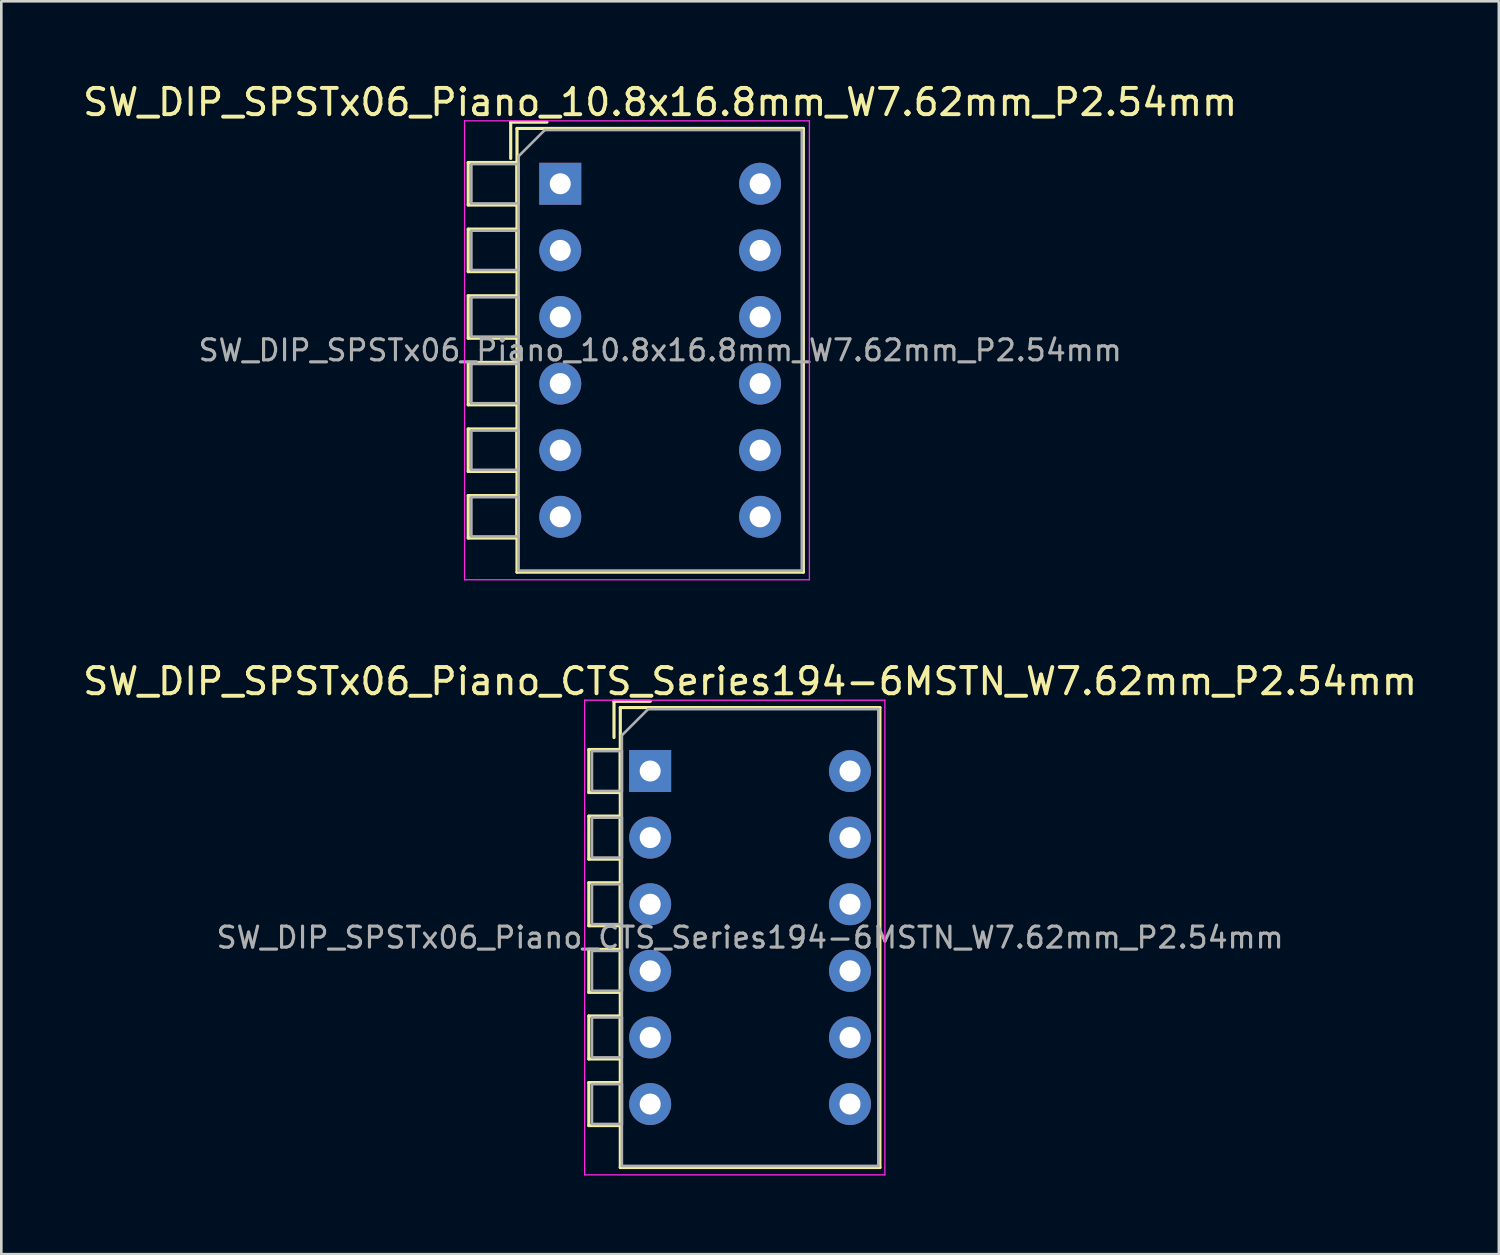
<source format=kicad_pcb>
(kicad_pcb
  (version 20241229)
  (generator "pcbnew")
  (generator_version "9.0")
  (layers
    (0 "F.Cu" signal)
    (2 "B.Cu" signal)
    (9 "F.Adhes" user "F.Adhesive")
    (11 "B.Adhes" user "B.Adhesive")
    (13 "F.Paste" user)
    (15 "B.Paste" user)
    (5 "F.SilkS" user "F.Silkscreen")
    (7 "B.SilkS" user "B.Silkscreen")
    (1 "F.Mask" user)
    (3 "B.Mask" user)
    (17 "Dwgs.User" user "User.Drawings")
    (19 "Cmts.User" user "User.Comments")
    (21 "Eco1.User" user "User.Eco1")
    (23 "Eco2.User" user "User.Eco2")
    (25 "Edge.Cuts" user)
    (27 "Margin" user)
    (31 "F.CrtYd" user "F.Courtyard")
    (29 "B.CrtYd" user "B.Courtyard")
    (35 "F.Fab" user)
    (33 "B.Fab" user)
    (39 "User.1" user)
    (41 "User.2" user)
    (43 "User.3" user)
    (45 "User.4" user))
  (footprint "SW_DIP_SPSTx06_Piano_CTS_Series194-6MSTN_W7.62mm_P2.54mm"
    (layer "F.Cu")
    (at 21.744 26.352)
    (property "Reference" "SW_DIP_SPSTx06_Piano_CTS_Series194-6MSTN_W7.62mm_P2.54mm" (at 3.81 -3.42 0) (layer "F.SilkS") (effects (font (size 1 1) (thickness 0.15))))
    (attr through_hole)
    (fp_line (start -2.34 -0.82) (end -2.34 0.82) (stroke (width 0.12) (type solid)) (layer "F.SilkS"))
    (fp_line (start -2.34 -0.82) (end -1.14 -0.82) (stroke (width 0.12) (type solid)) (layer "F.SilkS"))
    (fp_line (start -2.34 0.82) (end -1.14 0.82) (stroke (width 0.12) (type solid)) (layer "F.SilkS"))
    (fp_line (start -2.34 1.72) (end -2.34 3.361) (stroke (width 0.12) (type solid)) (layer "F.SilkS"))
    (fp_line (start -2.34 1.72) (end -1.14 1.72) (stroke (width 0.12) (type solid)) (layer "F.SilkS"))
    (fp_line (start -2.34 3.361) (end -1.14 3.361) (stroke (width 0.12) (type solid)) (layer "F.SilkS"))
    (fp_line (start -2.34 4.261) (end -2.34 5.9) (stroke (width 0.12) (type solid)) (layer "F.SilkS"))
    (fp_line (start -2.34 4.261) (end -1.14 4.261) (stroke (width 0.12) (type solid)) (layer "F.SilkS"))
    (fp_line (start -2.34 5.9) (end -1.14 5.9) (stroke (width 0.12) (type solid)) (layer "F.SilkS"))
    (fp_line (start -2.34 6.801) (end -2.34 8.441) (stroke (width 0.12) (type solid)) (layer "F.SilkS"))
    (fp_line (start -2.34 6.801) (end -1.14 6.801) (stroke (width 0.12) (type solid)) (layer "F.SilkS"))
    (fp_line (start -2.34 8.441) (end -1.14 8.441) (stroke (width 0.12) (type solid)) (layer "F.SilkS"))
    (fp_line (start -2.34 9.34) (end -2.34 10.98) (stroke (width 0.12) (type solid)) (layer "F.SilkS"))
    (fp_line (start -2.34 9.34) (end -1.14 9.34) (stroke (width 0.12) (type solid)) (layer "F.SilkS"))
    (fp_line (start -2.34 10.98) (end -1.14 10.98) (stroke (width 0.12) (type solid)) (layer "F.SilkS"))
    (fp_line (start -2.34 11.88) (end -2.34 13.52) (stroke (width 0.12) (type solid)) (layer "F.SilkS"))
    (fp_line (start -2.34 11.88) (end -1.14 11.88) (stroke (width 0.12) (type solid)) (layer "F.SilkS"))
    (fp_line (start -2.34 13.52) (end -1.14 13.52) (stroke (width 0.12) (type solid)) (layer "F.SilkS"))
    (fp_line (start -1.38 -2.66) (end -1.38 -1.277) (stroke (width 0.12) (type solid)) (layer "F.SilkS"))
    (fp_line (start -1.38 -2.66) (end 0.004 -2.66) (stroke (width 0.12) (type solid)) (layer "F.SilkS"))
    (fp_line (start -1.14 -2.42) (end -1.14 15.12) (stroke (width 0.12) (type solid)) (layer "F.SilkS"))
    (fp_line (start -1.14 -2.42) (end 8.76 -2.42) (stroke (width 0.12) (type solid)) (layer "F.SilkS"))
    (fp_line (start -1.14 -0.82) (end -1.14 0.82) (stroke (width 0.12) (type solid)) (layer "F.SilkS"))
    (fp_line (start -1.14 1.72) (end -1.14 3.361) (stroke (width 0.12) (type solid)) (layer "F.SilkS"))
    (fp_line (start -1.14 4.261) (end -1.14 5.9) (stroke (width 0.12) (type solid)) (layer "F.SilkS"))
    (fp_line (start -1.14 6.801) (end -1.14 8.441) (stroke (width 0.12) (type solid)) (layer "F.SilkS"))
    (fp_line (start -1.14 9.34) (end -1.14 10.98) (stroke (width 0.12) (type solid)) (layer "F.SilkS"))
    (fp_line (start -1.14 11.88) (end -1.14 13.52) (stroke (width 0.12) (type solid)) (layer "F.SilkS"))
    (fp_line (start -1.14 15.12) (end 8.76 15.12) (stroke (width 0.12) (type solid)) (layer "F.SilkS"))
    (fp_line (start 8.76 -2.42) (end 8.76 15.12) (stroke (width 0.12) (type solid)) (layer "F.SilkS"))
    (fp_line (start -2.5 -2.7) (end -2.5 15.4) (stroke (width 0.05) (type solid)) (layer "F.CrtYd"))
    (fp_line (start -2.5 15.4) (end 8.95 15.4) (stroke (width 0.05) (type solid)) (layer "F.CrtYd"))
    (fp_line (start 8.95 -2.7) (end -2.5 -2.7) (stroke (width 0.05) (type solid)) (layer "F.CrtYd"))
    (fp_line (start 8.95 15.4) (end 8.95 -2.7) (stroke (width 0.05) (type solid)) (layer "F.CrtYd"))
    (fp_line (start -2.22 -0.76) (end -1.08 -0.76) (stroke (width 0.1) (type solid)) (layer "F.Fab"))
    (fp_line (start -2.22 0.76) (end -2.22 -0.76) (stroke (width 0.1) (type solid)) (layer "F.Fab"))
    (fp_line (start -2.22 1.78) (end -1.08 1.78) (stroke (width 0.1) (type solid)) (layer "F.Fab"))
    (fp_line (start -2.22 3.3) (end -2.22 1.78) (stroke (width 0.1) (type solid)) (layer "F.Fab"))
    (fp_line (start -2.22 4.32) (end -1.08 4.32) (stroke (width 0.1) (type solid)) (layer "F.Fab"))
    (fp_line (start -2.22 5.84) (end -2.22 4.32) (stroke (width 0.1) (type solid)) (layer "F.Fab"))
    (fp_line (start -2.22 6.86) (end -1.08 6.86) (stroke (width 0.1) (type solid)) (layer "F.Fab"))
    (fp_line (start -2.22 8.38) (end -2.22 6.86) (stroke (width 0.1) (type solid)) (layer "F.Fab"))
    (fp_line (start -2.22 9.4) (end -1.08 9.4) (stroke (width 0.1) (type solid)) (layer "F.Fab"))
    (fp_line (start -2.22 10.92) (end -2.22 9.4) (stroke (width 0.1) (type solid)) (layer "F.Fab"))
    (fp_line (start -2.22 11.94) (end -1.08 11.94) (stroke (width 0.1) (type solid)) (layer "F.Fab"))
    (fp_line (start -2.22 13.46) (end -2.22 11.94) (stroke (width 0.1) (type solid)) (layer "F.Fab"))
    (fp_line (start -1.08 -1.36) (end -0.08 -2.36) (stroke (width 0.1) (type solid)) (layer "F.Fab"))
    (fp_line (start -1.08 -0.76) (end -1.08 0.76) (stroke (width 0.1) (type solid)) (layer "F.Fab"))
    (fp_line (start -1.08 0.76) (end -2.22 0.76) (stroke (width 0.1) (type solid)) (layer "F.Fab"))
    (fp_line (start -1.08 1.78) (end -1.08 3.3) (stroke (width 0.1) (type solid)) (layer "F.Fab"))
    (fp_line (start -1.08 3.3) (end -2.22 3.3) (stroke (width 0.1) (type solid)) (layer "F.Fab"))
    (fp_line (start -1.08 4.32) (end -1.08 5.84) (stroke (width 0.1) (type solid)) (layer "F.Fab"))
    (fp_line (start -1.08 5.84) (end -2.22 5.84) (stroke (width 0.1) (type solid)) (layer "F.Fab"))
    (fp_line (start -1.08 6.86) (end -1.08 8.38) (stroke (width 0.1) (type solid)) (layer "F.Fab"))
    (fp_line (start -1.08 8.38) (end -2.22 8.38) (stroke (width 0.1) (type solid)) (layer "F.Fab"))
    (fp_line (start -1.08 9.4) (end -1.08 10.92) (stroke (width 0.1) (type solid)) (layer "F.Fab"))
    (fp_line (start -1.08 10.92) (end -2.22 10.92) (stroke (width 0.1) (type solid)) (layer "F.Fab"))
    (fp_line (start -1.08 11.94) (end -1.08 13.46) (stroke (width 0.1) (type solid)) (layer "F.Fab"))
    (fp_line (start -1.08 13.46) (end -2.22 13.46) (stroke (width 0.1) (type solid)) (layer "F.Fab"))
    (fp_line (start -1.08 15.06) (end -1.08 -1.36) (stroke (width 0.1) (type solid)) (layer "F.Fab"))
    (fp_line (start -0.08 -2.36) (end 8.7 -2.36) (stroke (width 0.1) (type solid)) (layer "F.Fab"))
    (fp_line (start 8.7 -2.36) (end 8.7 15.06) (stroke (width 0.1) (type solid)) (layer "F.Fab"))
    (fp_line (start 8.7 15.06) (end -1.08 15.06) (stroke (width 0.1) (type solid)) (layer "F.Fab"))
    (fp_text user "${REFERENCE}" (at 3.81 6.35 0) (layer "F.Fab") (effects (font (size 0.8 0.8) (thickness 0.12))))
    (pad "1" thru_hole rect (at 0 0) (size 1.6 1.6) (drill 0.8) (layers "*.Cu" "*.Mask"))
    (pad "2" thru_hole oval (at 0 2.54) (size 1.6 1.6) (drill 0.8) (layers "*.Cu" "*.Mask"))
    (pad "3" thru_hole oval (at 0 5.08) (size 1.6 1.6) (drill 0.8) (layers "*.Cu" "*.Mask"))
    (pad "4" thru_hole oval (at 0 7.62) (size 1.6 1.6) (drill 0.8) (layers "*.Cu" "*.Mask"))
    (pad "5" thru_hole oval (at 0 10.16) (size 1.6 1.6) (drill 0.8) (layers "*.Cu" "*.Mask"))
    (pad "6" thru_hole oval (at 0 12.7) (size 1.6 1.6) (drill 0.8) (layers "*.Cu" "*.Mask"))
    (pad "7" thru_hole oval (at 7.62 12.7) (size 1.6 1.6) (drill 0.8) (layers "*.Cu" "*.Mask"))
    (pad "8" thru_hole oval (at 7.62 10.16) (size 1.6 1.6) (drill 0.8) (layers "*.Cu" "*.Mask"))
    (pad "9" thru_hole oval (at 7.62 7.62) (size 1.6 1.6) (drill 0.8) (layers "*.Cu" "*.Mask"))
    (pad "10" thru_hole oval (at 7.62 5.08) (size 1.6 1.6) (drill 0.8) (layers "*.Cu" "*.Mask"))
    (pad "11" thru_hole oval (at 7.62 2.54) (size 1.6 1.6) (drill 0.8) (layers "*.Cu" "*.Mask"))
    (pad "12" thru_hole oval (at 7.62 0) (size 1.6 1.6) (drill 0.8) (layers "*.Cu" "*.Mask")))
  (footprint "SW_DIP_SPSTx06_Piano_10.8x16.8mm_W7.62mm_P2.54mm"
    (layer "F.Cu")
    (at 18.315 3.958)
    (property "Reference" "SW_DIP_SPSTx06_Piano_10.8x16.8mm_W7.62mm_P2.54mm" (at 3.81 -3.11 0) (layer "F.SilkS") (effects (font (size 1 1) (thickness 0.15))))
    (attr through_hole)
    (fp_line (start -3.51 -0.81) (end -3.51 0.81) (stroke (width 0.12) (type solid)) (layer "F.SilkS"))
    (fp_line (start -3.51 -0.81) (end -1.65 -0.81) (stroke (width 0.12) (type solid)) (layer "F.SilkS"))
    (fp_line (start -3.51 0.81) (end -1.65 0.81) (stroke (width 0.12) (type solid)) (layer "F.SilkS"))
    (fp_line (start -3.51 1.73) (end -3.51 3.35) (stroke (width 0.12) (type solid)) (layer "F.SilkS"))
    (fp_line (start -3.51 1.73) (end -1.65 1.73) (stroke (width 0.12) (type solid)) (layer "F.SilkS"))
    (fp_line (start -3.51 3.35) (end -1.65 3.35) (stroke (width 0.12) (type solid)) (layer "F.SilkS"))
    (fp_line (start -3.51 4.27) (end -3.51 5.89) (stroke (width 0.12) (type solid)) (layer "F.SilkS"))
    (fp_line (start -3.51 4.27) (end -1.65 4.27) (stroke (width 0.12) (type solid)) (layer "F.SilkS"))
    (fp_line (start -3.51 5.89) (end -1.65 5.89) (stroke (width 0.12) (type solid)) (layer "F.SilkS"))
    (fp_line (start -3.51 6.81) (end -3.51 8.43) (stroke (width 0.12) (type solid)) (layer "F.SilkS"))
    (fp_line (start -3.51 6.81) (end -1.65 6.81) (stroke (width 0.12) (type solid)) (layer "F.SilkS"))
    (fp_line (start -3.51 8.43) (end -1.65 8.43) (stroke (width 0.12) (type solid)) (layer "F.SilkS"))
    (fp_line (start -3.51 9.35) (end -3.51 10.97) (stroke (width 0.12) (type solid)) (layer "F.SilkS"))
    (fp_line (start -3.51 9.35) (end -1.65 9.35) (stroke (width 0.12) (type solid)) (layer "F.SilkS"))
    (fp_line (start -3.51 10.97) (end -1.65 10.97) (stroke (width 0.12) (type solid)) (layer "F.SilkS"))
    (fp_line (start -3.51 11.89) (end -3.51 13.51) (stroke (width 0.12) (type solid)) (layer "F.SilkS"))
    (fp_line (start -3.51 11.89) (end -1.65 11.89) (stroke (width 0.12) (type solid)) (layer "F.SilkS"))
    (fp_line (start -3.51 13.51) (end -1.65 13.51) (stroke (width 0.12) (type solid)) (layer "F.SilkS"))
    (fp_line (start -1.89 -2.35) (end -1.89 -0.967) (stroke (width 0.12) (type solid)) (layer "F.SilkS"))
    (fp_line (start -1.89 -2.35) (end -0.507 -2.35) (stroke (width 0.12) (type solid)) (layer "F.SilkS"))
    (fp_line (start -1.65 -2.11) (end -1.65 14.811) (stroke (width 0.12) (type solid)) (layer "F.SilkS"))
    (fp_line (start -1.65 -2.11) (end 9.27 -2.11) (stroke (width 0.12) (type solid)) (layer "F.SilkS"))
    (fp_line (start -1.65 -0.81) (end -1.65 0.81) (stroke (width 0.12) (type solid)) (layer "F.SilkS"))
    (fp_line (start -1.65 1.73) (end -1.65 3.35) (stroke (width 0.12) (type solid)) (layer "F.SilkS"))
    (fp_line (start -1.65 4.27) (end -1.65 5.89) (stroke (width 0.12) (type solid)) (layer "F.SilkS"))
    (fp_line (start -1.65 6.81) (end -1.65 8.43) (stroke (width 0.12) (type solid)) (layer "F.SilkS"))
    (fp_line (start -1.65 9.35) (end -1.65 10.97) (stroke (width 0.12) (type solid)) (layer "F.SilkS"))
    (fp_line (start -1.65 11.89) (end -1.65 13.51) (stroke (width 0.12) (type solid)) (layer "F.SilkS"))
    (fp_line (start -1.65 14.811) (end 9.27 14.811) (stroke (width 0.12) (type solid)) (layer "F.SilkS"))
    (fp_line (start 9.27 -2.11) (end 9.27 14.811) (stroke (width 0.12) (type solid)) (layer "F.SilkS"))
    (fp_line (start -3.65 -2.4) (end -3.65 15.1) (stroke (width 0.05) (type solid)) (layer "F.CrtYd"))
    (fp_line (start -3.65 15.1) (end 9.5 15.1) (stroke (width 0.05) (type solid)) (layer "F.CrtYd"))
    (fp_line (start 9.5 -2.4) (end -3.65 -2.4) (stroke (width 0.05) (type solid)) (layer "F.CrtYd"))
    (fp_line (start 9.5 15.1) (end 9.5 -2.4) (stroke (width 0.05) (type solid)) (layer "F.CrtYd"))
    (fp_line (start -3.39 -0.75) (end -1.59 -0.75) (stroke (width 0.1) (type solid)) (layer "F.Fab"))
    (fp_line (start -3.39 0.75) (end -3.39 -0.75) (stroke (width 0.1) (type solid)) (layer "F.Fab"))
    (fp_line (start -3.39 1.79) (end -1.59 1.79) (stroke (width 0.1) (type solid)) (layer "F.Fab"))
    (fp_line (start -3.39 3.29) (end -3.39 1.79) (stroke (width 0.1) (type solid)) (layer "F.Fab"))
    (fp_line (start -3.39 4.33) (end -1.59 4.33) (stroke (width 0.1) (type solid)) (layer "F.Fab"))
    (fp_line (start -3.39 5.83) (end -3.39 4.33) (stroke (width 0.1) (type solid)) (layer "F.Fab"))
    (fp_line (start -3.39 6.87) (end -1.59 6.87) (stroke (width 0.1) (type solid)) (layer "F.Fab"))
    (fp_line (start -3.39 8.37) (end -3.39 6.87) (stroke (width 0.1) (type solid)) (layer "F.Fab"))
    (fp_line (start -3.39 9.41) (end -1.59 9.41) (stroke (width 0.1) (type solid)) (layer "F.Fab"))
    (fp_line (start -3.39 10.91) (end -3.39 9.41) (stroke (width 0.1) (type solid)) (layer "F.Fab"))
    (fp_line (start -3.39 11.95) (end -1.59 11.95) (stroke (width 0.1) (type solid)) (layer "F.Fab"))
    (fp_line (start -3.39 13.45) (end -3.39 11.95) (stroke (width 0.1) (type solid)) (layer "F.Fab"))
    (fp_line (start -1.59 -1.05) (end -0.59 -2.05) (stroke (width 0.1) (type solid)) (layer "F.Fab"))
    (fp_line (start -1.59 -0.75) (end -1.59 0.75) (stroke (width 0.1) (type solid)) (layer "F.Fab"))
    (fp_line (start -1.59 0.75) (end -3.39 0.75) (stroke (width 0.1) (type solid)) (layer "F.Fab"))
    (fp_line (start -1.59 1.79) (end -1.59 3.29) (stroke (width 0.1) (type solid)) (layer "F.Fab"))
    (fp_line (start -1.59 3.29) (end -3.39 3.29) (stroke (width 0.1) (type solid)) (layer "F.Fab"))
    (fp_line (start -1.59 4.33) (end -1.59 5.83) (stroke (width 0.1) (type solid)) (layer "F.Fab"))
    (fp_line (start -1.59 5.83) (end -3.39 5.83) (stroke (width 0.1) (type solid)) (layer "F.Fab"))
    (fp_line (start -1.59 6.87) (end -1.59 8.37) (stroke (width 0.1) (type solid)) (layer "F.Fab"))
    (fp_line (start -1.59 8.37) (end -3.39 8.37) (stroke (width 0.1) (type solid)) (layer "F.Fab"))
    (fp_line (start -1.59 9.41) (end -1.59 10.91) (stroke (width 0.1) (type solid)) (layer "F.Fab"))
    (fp_line (start -1.59 10.91) (end -3.39 10.91) (stroke (width 0.1) (type solid)) (layer "F.Fab"))
    (fp_line (start -1.59 11.95) (end -1.59 13.45) (stroke (width 0.1) (type solid)) (layer "F.Fab"))
    (fp_line (start -1.59 13.45) (end -3.39 13.45) (stroke (width 0.1) (type solid)) (layer "F.Fab"))
    (fp_line (start -1.59 14.75) (end -1.59 -1.05) (stroke (width 0.1) (type solid)) (layer "F.Fab"))
    (fp_line (start -0.59 -2.05) (end 9.21 -2.05) (stroke (width 0.1) (type solid)) (layer "F.Fab"))
    (fp_line (start 9.21 -2.05) (end 9.21 14.75) (stroke (width 0.1) (type solid)) (layer "F.Fab"))
    (fp_line (start 9.21 14.75) (end -1.59 14.75) (stroke (width 0.1) (type solid)) (layer "F.Fab"))
    (fp_text user "${REFERENCE}" (at 3.81 6.35 0) (layer "F.Fab") (effects (font (size 0.8 0.8) (thickness 0.12))))
    (pad "1" thru_hole rect (at 0 0) (size 1.6 1.6) (drill 0.8) (layers "*.Cu" "*.Mask"))
    (pad "2" thru_hole oval (at 0 2.54) (size 1.6 1.6) (drill 0.8) (layers "*.Cu" "*.Mask"))
    (pad "3" thru_hole oval (at 0 5.08) (size 1.6 1.6) (drill 0.8) (layers "*.Cu" "*.Mask"))
    (pad "4" thru_hole oval (at 0 7.62) (size 1.6 1.6) (drill 0.8) (layers "*.Cu" "*.Mask"))
    (pad "5" thru_hole oval (at 0 10.16) (size 1.6 1.6) (drill 0.8) (layers "*.Cu" "*.Mask"))
    (pad "6" thru_hole oval (at 0 12.7) (size 1.6 1.6) (drill 0.8) (layers "*.Cu" "*.Mask"))
    (pad "7" thru_hole oval (at 7.62 12.7) (size 1.6 1.6) (drill 0.8) (layers "*.Cu" "*.Mask"))
    (pad "8" thru_hole oval (at 7.62 10.16) (size 1.6 1.6) (drill 0.8) (layers "*.Cu" "*.Mask"))
    (pad "9" thru_hole oval (at 7.62 7.62) (size 1.6 1.6) (drill 0.8) (layers "*.Cu" "*.Mask"))
    (pad "10" thru_hole oval (at 7.62 5.08) (size 1.6 1.6) (drill 0.8) (layers "*.Cu" "*.Mask"))
    (pad "11" thru_hole oval (at 7.62 2.54) (size 1.6 1.6) (drill 0.8) (layers "*.Cu" "*.Mask"))
    (pad "12" thru_hole oval (at 7.62 0) (size 1.6 1.6) (drill 0.8) (layers "*.Cu" "*.Mask")))
  (gr_rect
    (start -3 -3)
    (end 54.107 44.776)
    (stroke (width 0.1) (type default))
    (fill no)
    (layer "Edge.Cuts")))
</source>
